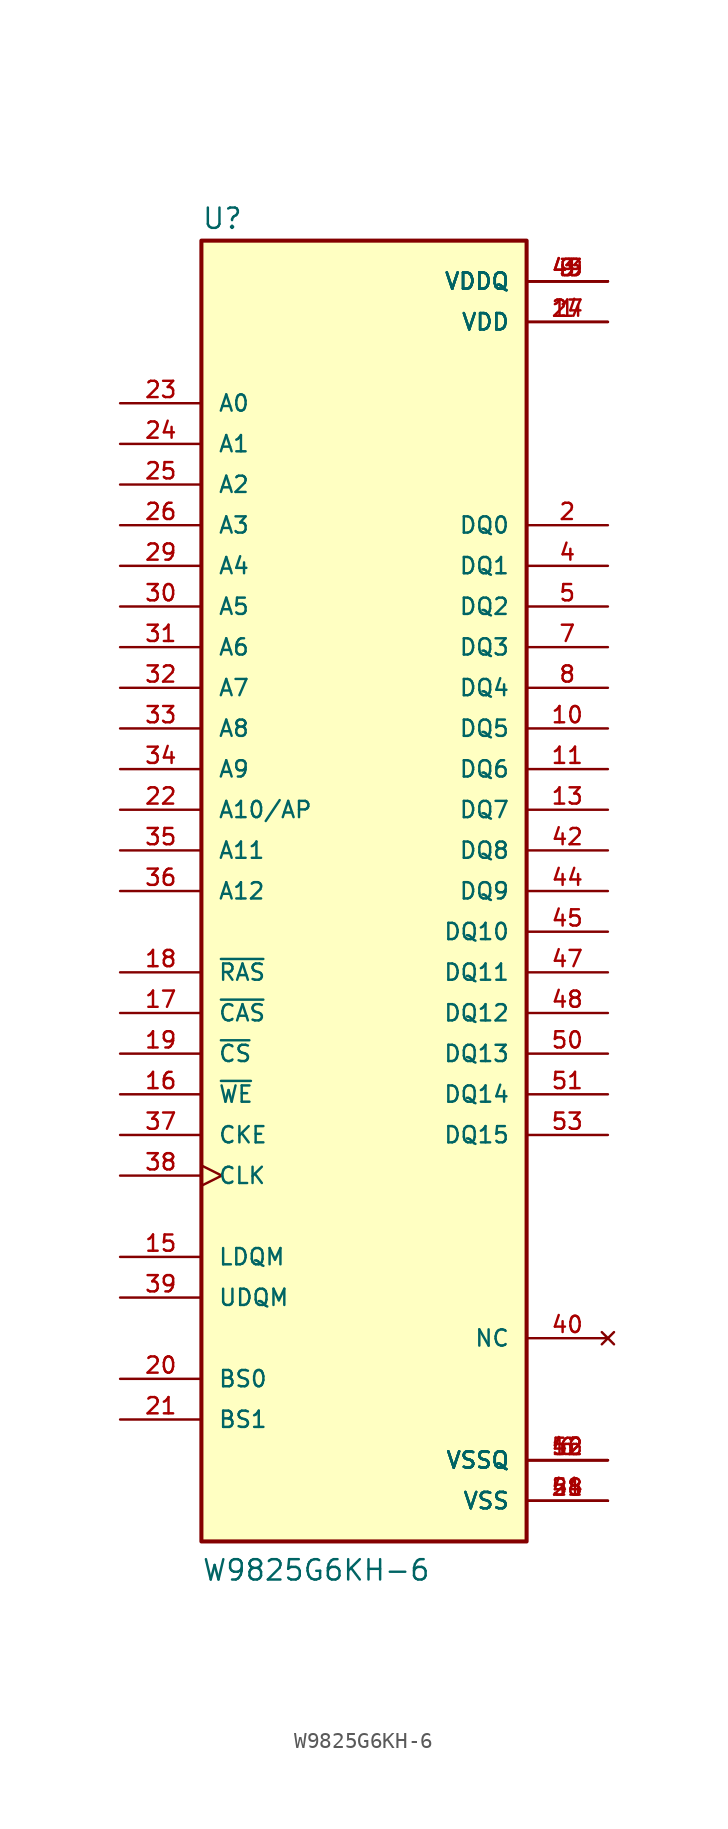
<source format=kicad_sym>
(kicad_symbol_lib
  (version 20211014)
  (generator kicad_symbol_editor)
  (symbol "W9825G6KH-6"
    (pin_names
      (offset 1.016))
    (property "Reference" "U"
      (at -10.16 41.275 0)
      (effects (font (size 1.27 1.27)) (justify bottom left)))
    (property "Value" "W9825G6KH-6"
      (at -10.16 -43.18 0)
      (effects (font (size 1.27 1.27)) (justify bottom left)))
    (symbol "W9825G6KH-6_0_0"
      (rectangle (start -10.16 -40.64) (end 10.16 40.64) (stroke (width 0.254)) (fill (type background)))
      (pin input line (at -15.24 30.48 0) (length 5.08) (name "A0" (effects (font (size 1.016 1.016)))) (number "23" (effects (font (size 1.016 1.016)))))
      (pin input line (at -15.24 27.94 0) (length 5.08) (name "A1" (effects (font (size 1.016 1.016)))) (number "24" (effects (font (size 1.016 1.016)))))
      (pin input line (at -15.24 25.4 0) (length 5.08) (name "A2" (effects (font (size 1.016 1.016)))) (number "25" (effects (font (size 1.016 1.016)))))
      (pin input line (at -15.24 22.86 0) (length 5.08) (name "A3" (effects (font (size 1.016 1.016)))) (number "26" (effects (font (size 1.016 1.016)))))
      (pin input line (at -15.24 20.32 0) (length 5.08) (name "A4" (effects (font (size 1.016 1.016)))) (number "29" (effects (font (size 1.016 1.016)))))
      (pin input line (at -15.24 17.78 0) (length 5.08) (name "A5" (effects (font (size 1.016 1.016)))) (number "30" (effects (font (size 1.016 1.016)))))
      (pin input line (at -15.24 15.24 0) (length 5.08) (name "A6" (effects (font (size 1.016 1.016)))) (number "31" (effects (font (size 1.016 1.016)))))
      (pin input line (at -15.24 12.7 0) (length 5.08) (name "A7" (effects (font (size 1.016 1.016)))) (number "32" (effects (font (size 1.016 1.016)))))
      (pin input line (at -15.24 10.16 0) (length 5.08) (name "A8" (effects (font (size 1.016 1.016)))) (number "33" (effects (font (size 1.016 1.016)))))
      (pin input line (at -15.24 7.62 0) (length 5.08) (name "A9" (effects (font (size 1.016 1.016)))) (number "34" (effects (font (size 1.016 1.016)))))
      (pin input line (at -15.24 5.08 0) (length 5.08) (name "A10/AP" (effects (font (size 1.016 1.016)))) (number "22" (effects (font (size 1.016 1.016)))))
      (pin input line (at -15.24 2.54 0) (length 5.08) (name "A11" (effects (font (size 1.016 1.016)))) (number "35" (effects (font (size 1.016 1.016)))))
      (pin input line (at -15.24 -30.48 0) (length 5.08) (name "BS0" (effects (font (size 1.016 1.016)))) (number "20" (effects (font (size 1.016 1.016)))))
      (pin input line (at -15.24 -33.02 0) (length 5.08) (name "BS1" (effects (font (size 1.016 1.016)))) (number "21" (effects (font (size 1.016 1.016)))))
      (pin input line (at -15.24 -7.62 0) (length 5.08) (name "~{CAS}" (effects (font (size 1.016 1.016)))) (number "17" (effects (font (size 1.016 1.016)))))
      (pin input line (at -15.24 -15.24 0) (length 5.08) (name "CKE" (effects (font (size 1.016 1.016)))) (number "37" (effects (font (size 1.016 1.016)))))
      (pin input clock (at -15.24 -17.78 0) (length 5.08) (name "CLK" (effects (font (size 1.016 1.016)))) (number "38" (effects (font (size 1.016 1.016)))))
      (pin input line (at -15.24 -10.16 0) (length 5.08) (name "~{CS}" (effects (font (size 1.016 1.016)))) (number "19" (effects (font (size 1.016 1.016)))))
      (pin bidirectional line (at 15.24 22.86 180.0) (length 5.08) (name "DQ0" (effects (font (size 1.016 1.016)))) (number "2" (effects (font (size 1.016 1.016)))))
      (pin bidirectional line (at 15.24 20.32 180.0) (length 5.08) (name "DQ1" (effects (font (size 1.016 1.016)))) (number "4" (effects (font (size 1.016 1.016)))))
      (pin bidirectional line (at 15.24 17.78 180.0) (length 5.08) (name "DQ2" (effects (font (size 1.016 1.016)))) (number "5" (effects (font (size 1.016 1.016)))))
      (pin bidirectional line (at 15.24 15.24 180.0) (length 5.08) (name "DQ3" (effects (font (size 1.016 1.016)))) (number "7" (effects (font (size 1.016 1.016)))))
      (pin bidirectional line (at 15.24 12.7 180.0) (length 5.08) (name "DQ4" (effects (font (size 1.016 1.016)))) (number "8" (effects (font (size 1.016 1.016)))))
      (pin bidirectional line (at 15.24 10.16 180.0) (length 5.08) (name "DQ5" (effects (font (size 1.016 1.016)))) (number "10" (effects (font (size 1.016 1.016)))))
      (pin bidirectional line (at 15.24 7.62 180.0) (length 5.08) (name "DQ6" (effects (font (size 1.016 1.016)))) (number "11" (effects (font (size 1.016 1.016)))))
      (pin bidirectional line (at 15.24 5.08 180.0) (length 5.08) (name "DQ7" (effects (font (size 1.016 1.016)))) (number "13" (effects (font (size 1.016 1.016)))))
      (pin bidirectional line (at 15.24 2.54 180.0) (length 5.08) (name "DQ8" (effects (font (size 1.016 1.016)))) (number "42" (effects (font (size 1.016 1.016)))))
      (pin bidirectional line (at 15.24 0.0 180.0) (length 5.08) (name "DQ9" (effects (font (size 1.016 1.016)))) (number "44" (effects (font (size 1.016 1.016)))))
      (pin bidirectional line (at 15.24 -2.54 180.0) (length 5.08) (name "DQ10" (effects (font (size 1.016 1.016)))) (number "45" (effects (font (size 1.016 1.016)))))
      (pin bidirectional line (at 15.24 -5.08 180.0) (length 5.08) (name "DQ11" (effects (font (size 1.016 1.016)))) (number "47" (effects (font (size 1.016 1.016)))))
      (pin bidirectional line (at 15.24 -7.62 180.0) (length 5.08) (name "DQ12" (effects (font (size 1.016 1.016)))) (number "48" (effects (font (size 1.016 1.016)))))
      (pin bidirectional line (at 15.24 -10.16 180.0) (length 5.08) (name "DQ13" (effects (font (size 1.016 1.016)))) (number "50" (effects (font (size 1.016 1.016)))))
      (pin bidirectional line (at 15.24 -12.7 180.0) (length 5.08) (name "DQ14" (effects (font (size 1.016 1.016)))) (number "51" (effects (font (size 1.016 1.016)))))
      (pin bidirectional line (at 15.24 -15.24 180.0) (length 5.08) (name "DQ15" (effects (font (size 1.016 1.016)))) (number "53" (effects (font (size 1.016 1.016)))))
      (pin input line (at -15.24 -22.86 0) (length 5.08) (name "LDQM" (effects (font (size 1.016 1.016)))) (number "15" (effects (font (size 1.016 1.016)))))
      (pin input line (at -15.24 -25.4 0) (length 5.08) (name "UDQM" (effects (font (size 1.016 1.016)))) (number "39" (effects (font (size 1.016 1.016)))))
      (pin input line (at -15.24 -5.08 0) (length 5.08) (name "~{RAS}" (effects (font (size 1.016 1.016)))) (number "18" (effects (font (size 1.016 1.016)))))
      (pin input line (at -15.24 -12.7 0) (length 5.08) (name "~{WE}" (effects (font (size 1.016 1.016)))) (number "16" (effects (font (size 1.016 1.016)))))
      (pin power_in line (at 15.24 38.1 180.0) (length 5.08) (name "VDDQ" (effects (font (size 1.016 1.016)))) (number "3" (effects (font (size 1.016 1.016)))))
      (pin power_in line (at 15.24 38.1 180.0) (length 5.08) (name "VDDQ" (effects (font (size 1.016 1.016)))) (number "9" (effects (font (size 1.016 1.016)))))
      (pin power_in line (at 15.24 38.1 180.0) (length 5.08) (name "VDDQ" (effects (font (size 1.016 1.016)))) (number "43" (effects (font (size 1.016 1.016)))))
      (pin power_in line (at 15.24 38.1 180.0) (length 5.08) (name "VDDQ" (effects (font (size 1.016 1.016)))) (number "49" (effects (font (size 1.016 1.016)))))
      (pin power_in line (at 15.24 35.56 180.0) (length 5.08) (name "VDD" (effects (font (size 1.016 1.016)))) (number "1" (effects (font (size 1.016 1.016)))))
      (pin power_in line (at 15.24 35.56 180.0) (length 5.08) (name "VDD" (effects (font (size 1.016 1.016)))) (number "14" (effects (font (size 1.016 1.016)))))
      (pin power_in line (at 15.24 35.56 180.0) (length 5.08) (name "VDD" (effects (font (size 1.016 1.016)))) (number "27" (effects (font (size 1.016 1.016)))))
      (pin power_in line (at 15.24 -35.56 180.0) (length 5.08) (name "VSSQ" (effects (font (size 1.016 1.016)))) (number "6" (effects (font (size 1.016 1.016)))))
      (pin power_in line (at 15.24 -35.56 180.0) (length 5.08) (name "VSSQ" (effects (font (size 1.016 1.016)))) (number "12" (effects (font (size 1.016 1.016)))))
      (pin power_in line (at 15.24 -35.56 180.0) (length 5.08) (name "VSSQ" (effects (font (size 1.016 1.016)))) (number "46" (effects (font (size 1.016 1.016)))))
      (pin power_in line (at 15.24 -35.56 180.0) (length 5.08) (name "VSSQ" (effects (font (size 1.016 1.016)))) (number "52" (effects (font (size 1.016 1.016)))))
      (pin power_in line (at 15.24 -38.1 180.0) (length 5.08) (name "VSS" (effects (font (size 1.016 1.016)))) (number "28" (effects (font (size 1.016 1.016)))))
      (pin power_in line (at 15.24 -38.1 180.0) (length 5.08) (name "VSS" (effects (font (size 1.016 1.016)))) (number "41" (effects (font (size 1.016 1.016)))))
      (pin power_in line (at 15.24 -38.1 180.0) (length 5.08) (name "VSS" (effects (font (size 1.016 1.016)))) (number "54" (effects (font (size 1.016 1.016)))))
      (pin no_connect line (at 15.24 -27.94 180.0) (length 5.08) (name "NC" (effects (font (size 1.016 1.016)))) (number "40" (effects (font (size 1.016 1.016)))))
      (pin input line (at -15.24 0.0 0) (length 5.08) (name "A12" (effects (font (size 1.016 1.016)))) (number "36" (effects (font (size 1.016 1.016))))))))
</source>
